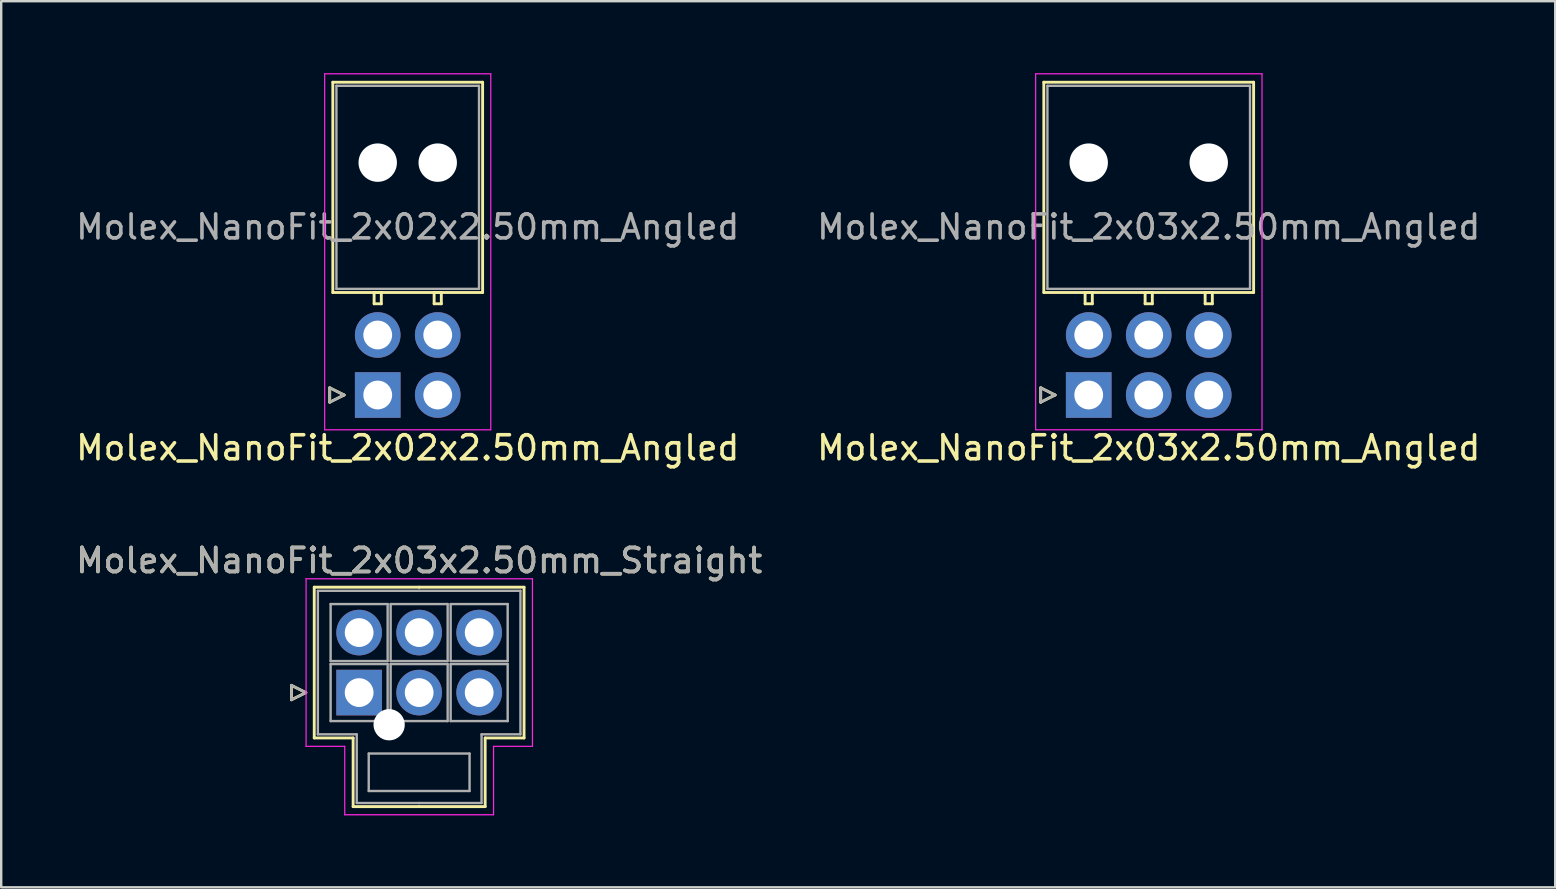
<source format=kicad_pcb>
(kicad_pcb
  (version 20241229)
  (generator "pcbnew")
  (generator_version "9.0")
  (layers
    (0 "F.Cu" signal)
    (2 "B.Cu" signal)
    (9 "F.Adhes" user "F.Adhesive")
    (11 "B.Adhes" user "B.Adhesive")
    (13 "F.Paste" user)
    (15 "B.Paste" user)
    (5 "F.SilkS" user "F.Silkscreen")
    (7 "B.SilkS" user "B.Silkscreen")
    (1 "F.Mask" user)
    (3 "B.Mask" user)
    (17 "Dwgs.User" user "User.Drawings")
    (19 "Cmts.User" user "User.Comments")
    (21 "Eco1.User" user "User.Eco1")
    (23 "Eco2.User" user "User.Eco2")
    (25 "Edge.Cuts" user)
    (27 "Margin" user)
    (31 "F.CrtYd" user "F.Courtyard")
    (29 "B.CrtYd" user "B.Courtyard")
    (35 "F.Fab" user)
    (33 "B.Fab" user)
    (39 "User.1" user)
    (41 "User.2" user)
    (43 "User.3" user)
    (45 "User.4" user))
  (footprint "Molex_NanoFit_2x02x2.50mm_Angled"
    (layer "F.Cu")
    (at 12.685 13.405)
    (property "Reference" "Molex_NanoFit_2x02x2.50mm_Angled" (at 1.25 2.2 0) (layer "F.SilkS") (effects (font (size 1 1) (thickness 0.15))))
    (attr through_hole)
    (fp_line (start -2 -0.3) (end -1.4 0) (stroke (width 0.12) (type solid)) (layer "F.SilkS"))
    (fp_line (start -2 0.3) (end -2 -0.3) (stroke (width 0.12) (type solid)) (layer "F.SilkS"))
    (fp_line (start -1.87 -13.03) (end -1.87 -4.27) (stroke (width 0.12) (type solid)) (layer "F.SilkS"))
    (fp_line (start -1.87 -4.27) (end 4.37 -4.27) (stroke (width 0.12) (type solid)) (layer "F.SilkS"))
    (fp_line (start -1.4 0) (end -2 0.3) (stroke (width 0.12) (type solid)) (layer "F.SilkS"))
    (fp_line (start -0.15 -4.27) (end -0.15 -3.8) (stroke (width 0.12) (type solid)) (layer "F.SilkS"))
    (fp_line (start -0.15 -3.8) (end 0.15 -3.8) (stroke (width 0.12) (type solid)) (layer "F.SilkS"))
    (fp_line (start 0.15 -4.27) (end -0.15 -4.27) (stroke (width 0.12) (type solid)) (layer "F.SilkS"))
    (fp_line (start 0.15 -3.8) (end 0.15 -4.27) (stroke (width 0.12) (type solid)) (layer "F.SilkS"))
    (fp_line (start 2.35 -4.27) (end 2.35 -3.8) (stroke (width 0.12) (type solid)) (layer "F.SilkS"))
    (fp_line (start 2.35 -3.8) (end 2.65 -3.8) (stroke (width 0.12) (type solid)) (layer "F.SilkS"))
    (fp_line (start 2.65 -4.27) (end 2.35 -4.27) (stroke (width 0.12) (type solid)) (layer "F.SilkS"))
    (fp_line (start 2.65 -3.8) (end 2.65 -4.27) (stroke (width 0.12) (type solid)) (layer "F.SilkS"))
    (fp_line (start 4.37 -13.03) (end -1.87 -13.03) (stroke (width 0.12) (type solid)) (layer "F.SilkS"))
    (fp_line (start 4.37 -4.27) (end 4.37 -13.03) (stroke (width 0.12) (type solid)) (layer "F.SilkS"))
    (fp_line (start -2.21 -13.38) (end -2.21 1.45) (stroke (width 0.05) (type solid)) (layer "F.CrtYd"))
    (fp_line (start -2.21 1.45) (end 4.71 1.45) (stroke (width 0.05) (type solid)) (layer "F.CrtYd"))
    (fp_line (start 4.71 -13.38) (end -2.21 -13.38) (stroke (width 0.05) (type solid)) (layer "F.CrtYd"))
    (fp_line (start 4.71 1.45) (end 4.71 -13.38) (stroke (width 0.05) (type solid)) (layer "F.CrtYd"))
    (fp_line (start -2 -0.3) (end -1.4 0) (stroke (width 0.1) (type solid)) (layer "F.Fab"))
    (fp_line (start -2 0.3) (end -2 -0.3) (stroke (width 0.1) (type solid)) (layer "F.Fab"))
    (fp_line (start -1.72 -12.88) (end -1.72 -4.42) (stroke (width 0.1) (type solid)) (layer "F.Fab"))
    (fp_line (start -1.72 -4.42) (end 4.22 -4.42) (stroke (width 0.1) (type solid)) (layer "F.Fab"))
    (fp_line (start -1.4 0) (end -2 0.3) (stroke (width 0.1) (type solid)) (layer "F.Fab"))
    (fp_line (start 4.22 -12.88) (end -1.72 -12.88) (stroke (width 0.1) (type solid)) (layer "F.Fab"))
    (fp_line (start 4.22 -4.42) (end 4.22 -12.88) (stroke (width 0.1) (type solid)) (layer "F.Fab"))
    (fp_text user "${REFERENCE}" (at 1.25 -7 0) (layer "F.Fab") (effects (font (size 1 1) (thickness 0.15))))
    (pad "" np_thru_hole circle (at 0 -9.68) (size 1.6 1.6) (drill 1.6) (layers "*.Cu" "*.Mask"))
    (pad "" np_thru_hole circle (at 2.5 -9.68) (size 1.6 1.6) (drill 1.6) (layers "*.Cu" "*.Mask"))
    (pad "1" thru_hole rect (at 0 0) (size 1.9 1.9) (drill 1.2) (layers "*.Cu" "*.Mask"))
    (pad "2" thru_hole circle (at 2.5 0) (size 1.9 1.9) (drill 1.2) (layers "*.Cu" "*.Mask"))
    (pad "3" thru_hole circle (at 0 -2.5) (size 1.9 1.9) (drill 1.2) (layers "*.Cu" "*.Mask"))
    (pad "4" thru_hole circle (at 2.5 -2.5) (size 1.9 1.9) (drill 1.2) (layers "*.Cu" "*.Mask")))
  (footprint "Molex_NanoFit_2x03x2.50mm_Angled"
    (layer "F.Cu")
    (at 42.304 13.405)
    (property "Reference" "Molex_NanoFit_2x03x2.50mm_Angled" (at 2.5 2.2 0) (layer "F.SilkS") (effects (font (size 1 1) (thickness 0.15))))
    (attr through_hole)
    (fp_line (start -2 -0.3) (end -1.4 0) (stroke (width 0.12) (type solid)) (layer "F.SilkS"))
    (fp_line (start -2 0.3) (end -2 -0.3) (stroke (width 0.12) (type solid)) (layer "F.SilkS"))
    (fp_line (start -1.87 -13.03) (end -1.87 -4.27) (stroke (width 0.12) (type solid)) (layer "F.SilkS"))
    (fp_line (start -1.87 -4.27) (end 6.87 -4.27) (stroke (width 0.12) (type solid)) (layer "F.SilkS"))
    (fp_line (start -1.4 0) (end -2 0.3) (stroke (width 0.12) (type solid)) (layer "F.SilkS"))
    (fp_line (start -0.15 -4.27) (end -0.15 -3.8) (stroke (width 0.12) (type solid)) (layer "F.SilkS"))
    (fp_line (start -0.15 -3.8) (end 0.15 -3.8) (stroke (width 0.12) (type solid)) (layer "F.SilkS"))
    (fp_line (start 0.15 -4.27) (end -0.15 -4.27) (stroke (width 0.12) (type solid)) (layer "F.SilkS"))
    (fp_line (start 0.15 -3.8) (end 0.15 -4.27) (stroke (width 0.12) (type solid)) (layer "F.SilkS"))
    (fp_line (start 2.35 -4.27) (end 2.35 -3.8) (stroke (width 0.12) (type solid)) (layer "F.SilkS"))
    (fp_line (start 2.35 -3.8) (end 2.65 -3.8) (stroke (width 0.12) (type solid)) (layer "F.SilkS"))
    (fp_line (start 2.65 -4.27) (end 2.35 -4.27) (stroke (width 0.12) (type solid)) (layer "F.SilkS"))
    (fp_line (start 2.65 -3.8) (end 2.65 -4.27) (stroke (width 0.12) (type solid)) (layer "F.SilkS"))
    (fp_line (start 4.85 -4.27) (end 4.85 -3.8) (stroke (width 0.12) (type solid)) (layer "F.SilkS"))
    (fp_line (start 4.85 -3.8) (end 5.15 -3.8) (stroke (width 0.12) (type solid)) (layer "F.SilkS"))
    (fp_line (start 5.15 -4.27) (end 4.85 -4.27) (stroke (width 0.12) (type solid)) (layer "F.SilkS"))
    (fp_line (start 5.15 -3.8) (end 5.15 -4.27) (stroke (width 0.12) (type solid)) (layer "F.SilkS"))
    (fp_line (start 6.87 -13.03) (end -1.87 -13.03) (stroke (width 0.12) (type solid)) (layer "F.SilkS"))
    (fp_line (start 6.87 -4.27) (end 6.87 -13.03) (stroke (width 0.12) (type solid)) (layer "F.SilkS"))
    (fp_line (start -2.21 -13.38) (end -2.21 1.45) (stroke (width 0.05) (type solid)) (layer "F.CrtYd"))
    (fp_line (start -2.21 1.45) (end 7.22 1.45) (stroke (width 0.05) (type solid)) (layer "F.CrtYd"))
    (fp_line (start 7.22 -13.38) (end -2.21 -13.38) (stroke (width 0.05) (type solid)) (layer "F.CrtYd"))
    (fp_line (start 7.22 1.45) (end 7.22 -13.38) (stroke (width 0.05) (type solid)) (layer "F.CrtYd"))
    (fp_line (start -2 -0.3) (end -1.4 0) (stroke (width 0.1) (type solid)) (layer "F.Fab"))
    (fp_line (start -2 0.3) (end -2 -0.3) (stroke (width 0.1) (type solid)) (layer "F.Fab"))
    (fp_line (start -1.72 -12.88) (end -1.72 -4.42) (stroke (width 0.1) (type solid)) (layer "F.Fab"))
    (fp_line (start -1.72 -4.42) (end 6.72 -4.42) (stroke (width 0.1) (type solid)) (layer "F.Fab"))
    (fp_line (start -1.4 0) (end -2 0.3) (stroke (width 0.1) (type solid)) (layer "F.Fab"))
    (fp_line (start 6.72 -12.88) (end -1.72 -12.88) (stroke (width 0.1) (type solid)) (layer "F.Fab"))
    (fp_line (start 6.72 -4.42) (end 6.72 -12.88) (stroke (width 0.1) (type solid)) (layer "F.Fab"))
    (fp_text user "${REFERENCE}" (at 2.5 -7 0) (layer "F.Fab") (effects (font (size 1 1) (thickness 0.15))))
    (pad "" np_thru_hole circle (at 0 -9.68) (size 1.6 1.6) (drill 1.6) (layers "*.Cu" "*.Mask"))
    (pad "" np_thru_hole circle (at 5 -9.68) (size 1.6 1.6) (drill 1.6) (layers "*.Cu" "*.Mask"))
    (pad "1" thru_hole rect (at 0 0) (size 1.9 1.9) (drill 1.2) (layers "*.Cu" "*.Mask"))
    (pad "2" thru_hole circle (at 2.5 0) (size 1.9 1.9) (drill 1.2) (layers "*.Cu" "*.Mask"))
    (pad "3" thru_hole circle (at 5 0) (size 1.9 1.9) (drill 1.2) (layers "*.Cu" "*.Mask"))
    (pad "4" thru_hole circle (at 0 -2.5) (size 1.9 1.9) (drill 1.2) (layers "*.Cu" "*.Mask"))
    (pad "5" thru_hole circle (at 2.5 -2.5) (size 1.9 1.9) (drill 1.2) (layers "*.Cu" "*.Mask"))
    (pad "6" thru_hole circle (at 5 -2.5) (size 1.9 1.9) (drill 1.2) (layers "*.Cu" "*.Mask")))
  (footprint "Molex_NanoFit_2x03x2.50mm_Straight"
    (layer "F.Cu")
    (at 11.911 25.802)
    (property "Reference" "Molex_NanoFit_2x03x2.50mm_Straight" (at 2.5 -5.5 0) (layer "F.SilkS") (effects (font (size 1 1) (thickness 0.15))))
    (attr through_hole)
    (fp_line (start -2.82 -0.3) (end -2.22 0) (stroke (width 0.12) (type solid)) (layer "F.SilkS"))
    (fp_line (start -2.82 0.3) (end -2.82 -0.3) (stroke (width 0.12) (type solid)) (layer "F.SilkS"))
    (fp_line (start -2.22 0) (end -2.82 0.3) (stroke (width 0.12) (type solid)) (layer "F.SilkS"))
    (fp_line (start -1.87 -4.39) (end -1.87 1.89) (stroke (width 0.12) (type solid)) (layer "F.SilkS"))
    (fp_line (start -1.87 1.89) (end -0.25 1.89) (stroke (width 0.12) (type solid)) (layer "F.SilkS"))
    (fp_line (start -0.25 1.89) (end -0.25 4.75) (stroke (width 0.12) (type solid)) (layer "F.SilkS"))
    (fp_line (start -0.25 4.75) (end 2.5 4.75) (stroke (width 0.12) (type solid)) (layer "F.SilkS"))
    (fp_line (start 2.5 -4.39) (end -1.87 -4.39) (stroke (width 0.12) (type solid)) (layer "F.SilkS"))
    (fp_line (start 2.5 -4.39) (end 6.87 -4.39) (stroke (width 0.12) (type solid)) (layer "F.SilkS"))
    (fp_line (start 5.25 1.89) (end 5.25 4.75) (stroke (width 0.12) (type solid)) (layer "F.SilkS"))
    (fp_line (start 5.25 4.75) (end 2.5 4.75) (stroke (width 0.12) (type solid)) (layer "F.SilkS"))
    (fp_line (start 6.87 -4.39) (end 6.87 1.89) (stroke (width 0.12) (type solid)) (layer "F.SilkS"))
    (fp_line (start 6.87 1.89) (end 5.25 1.89) (stroke (width 0.12) (type solid)) (layer "F.SilkS"))
    (fp_line (start -2.21 -4.74) (end -2.21 2.24) (stroke (width 0.05) (type solid)) (layer "F.CrtYd"))
    (fp_line (start -2.21 2.24) (end -0.6 2.24) (stroke (width 0.05) (type solid)) (layer "F.CrtYd"))
    (fp_line (start -0.6 2.24) (end -0.6 5.09) (stroke (width 0.05) (type solid)) (layer "F.CrtYd"))
    (fp_line (start -0.6 5.09) (end 5.6 5.09) (stroke (width 0.05) (type solid)) (layer "F.CrtYd"))
    (fp_line (start 5.6 2.24) (end 7.22 2.24) (stroke (width 0.05) (type solid)) (layer "F.CrtYd"))
    (fp_line (start 5.6 5.09) (end 5.6 2.24) (stroke (width 0.05) (type solid)) (layer "F.CrtYd"))
    (fp_line (start 7.22 -4.74) (end -2.21 -4.74) (stroke (width 0.05) (type solid)) (layer "F.CrtYd"))
    (fp_line (start 7.22 2.24) (end 7.22 -4.74) (stroke (width 0.05) (type solid)) (layer "F.CrtYd"))
    (fp_line (start -2.82 -0.3) (end -2.22 0) (stroke (width 0.1) (type solid)) (layer "F.Fab"))
    (fp_line (start -2.82 0.3) (end -2.82 -0.3) (stroke (width 0.1) (type solid)) (layer "F.Fab"))
    (fp_line (start -2.22 0) (end -2.82 0.3) (stroke (width 0.1) (type solid)) (layer "F.Fab"))
    (fp_line (start -1.72 -4.24) (end -1.72 1.74) (stroke (width 0.1) (type solid)) (layer "F.Fab"))
    (fp_line (start -1.72 1.74) (end -0.1 1.74) (stroke (width 0.1) (type solid)) (layer "F.Fab"))
    (fp_line (start -1.188 -3.688) (end -1.188 -1.312) (stroke (width 0.1) (type solid)) (layer "F.Fab"))
    (fp_line (start -1.188 -1.312) (end 1.188 -1.312) (stroke (width 0.1) (type solid)) (layer "F.Fab"))
    (fp_line (start -1.188 -1.188) (end -1.188 1.188) (stroke (width 0.1) (type solid)) (layer "F.Fab"))
    (fp_line (start -1.188 1.188) (end 1.188 1.188) (stroke (width 0.1) (type solid)) (layer "F.Fab"))
    (fp_line (start -0.1 1.74) (end -0.1 4.6) (stroke (width 0.1) (type solid)) (layer "F.Fab"))
    (fp_line (start -0.1 4.6) (end 2.5 4.6) (stroke (width 0.1) (type solid)) (layer "F.Fab"))
    (fp_line (start 0.4 2.54) (end 0.4 4.1) (stroke (width 0.1) (type solid)) (layer "F.Fab"))
    (fp_line (start 0.4 4.1) (end 4.6 4.1) (stroke (width 0.1) (type solid)) (layer "F.Fab"))
    (fp_line (start 1.188 -3.688) (end -1.188 -3.688) (stroke (width 0.1) (type solid)) (layer "F.Fab"))
    (fp_line (start 1.188 -1.312) (end 1.188 -3.688) (stroke (width 0.1) (type solid)) (layer "F.Fab"))
    (fp_line (start 1.188 -1.188) (end -1.188 -1.188) (stroke (width 0.1) (type solid)) (layer "F.Fab"))
    (fp_line (start 1.188 1.188) (end 1.188 -1.188) (stroke (width 0.1) (type solid)) (layer "F.Fab"))
    (fp_line (start 1.312 -3.688) (end 1.312 -1.312) (stroke (width 0.1) (type solid)) (layer "F.Fab"))
    (fp_line (start 1.312 -1.312) (end 3.688 -1.312) (stroke (width 0.1) (type solid)) (layer "F.Fab"))
    (fp_line (start 1.312 -1.188) (end 1.312 1.188) (stroke (width 0.1) (type solid)) (layer "F.Fab"))
    (fp_line (start 1.312 1.188) (end 3.688 1.188) (stroke (width 0.1) (type solid)) (layer "F.Fab"))
    (fp_line (start 2.5 -4.24) (end -1.72 -4.24) (stroke (width 0.1) (type solid)) (layer "F.Fab"))
    (fp_line (start 2.5 -4.24) (end 6.72 -4.24) (stroke (width 0.1) (type solid)) (layer "F.Fab"))
    (fp_line (start 3.688 -3.688) (end 1.312 -3.688) (stroke (width 0.1) (type solid)) (layer "F.Fab"))
    (fp_line (start 3.688 -1.312) (end 3.688 -3.688) (stroke (width 0.1) (type solid)) (layer "F.Fab"))
    (fp_line (start 3.688 -1.188) (end 1.312 -1.188) (stroke (width 0.1) (type solid)) (layer "F.Fab"))
    (fp_line (start 3.688 1.188) (end 3.688 -1.188) (stroke (width 0.1) (type solid)) (layer "F.Fab"))
    (fp_line (start 3.812 -3.688) (end 3.812 -1.312) (stroke (width 0.1) (type solid)) (layer "F.Fab"))
    (fp_line (start 3.812 -1.312) (end 6.188 -1.312) (stroke (width 0.1) (type solid)) (layer "F.Fab"))
    (fp_line (start 3.812 -1.188) (end 3.812 1.188) (stroke (width 0.1) (type solid)) (layer "F.Fab"))
    (fp_line (start 3.812 1.188) (end 6.188 1.188) (stroke (width 0.1) (type solid)) (layer "F.Fab"))
    (fp_line (start 4.6 2.54) (end 0.4 2.54) (stroke (width 0.1) (type solid)) (layer "F.Fab"))
    (fp_line (start 4.6 4.1) (end 4.6 2.54) (stroke (width 0.1) (type solid)) (layer "F.Fab"))
    (fp_line (start 5.1 1.74) (end 5.1 4.6) (stroke (width 0.1) (type solid)) (layer "F.Fab"))
    (fp_line (start 5.1 4.6) (end 2.5 4.6) (stroke (width 0.1) (type solid)) (layer "F.Fab"))
    (fp_line (start 6.188 -3.688) (end 3.812 -3.688) (stroke (width 0.1) (type solid)) (layer "F.Fab"))
    (fp_line (start 6.188 -1.312) (end 6.188 -3.688) (stroke (width 0.1) (type solid)) (layer "F.Fab"))
    (fp_line (start 6.188 -1.188) (end 3.812 -1.188) (stroke (width 0.1) (type solid)) (layer "F.Fab"))
    (fp_line (start 6.188 1.188) (end 6.188 -1.188) (stroke (width 0.1) (type solid)) (layer "F.Fab"))
    (fp_line (start 6.72 -4.24) (end 6.72 1.74) (stroke (width 0.1) (type solid)) (layer "F.Fab"))
    (fp_line (start 6.72 1.74) (end 5.1 1.74) (stroke (width 0.1) (type solid)) (layer "F.Fab"))
    (fp_text user "${REFERENCE}" (at 2.5 -5.5 0) (layer "F.Fab") (effects (font (size 1 1) (thickness 0.15))))
    (pad "" np_thru_hole circle (at 1.25 1.34) (size 1.3 1.3) (drill 1.3) (layers "*.Cu" "*.Mask"))
    (pad "1" thru_hole rect (at 0 0) (size 1.9 1.9) (drill 1.2) (layers "*.Cu" "*.Mask"))
    (pad "2" thru_hole circle (at 2.5 0) (size 1.9 1.9) (drill 1.2) (layers "*.Cu" "*.Mask"))
    (pad "3" thru_hole circle (at 5 0) (size 1.9 1.9) (drill 1.2) (layers "*.Cu" "*.Mask"))
    (pad "4" thru_hole circle (at 0 -2.5) (size 1.9 1.9) (drill 1.2) (layers "*.Cu" "*.Mask"))
    (pad "5" thru_hole circle (at 2.5 -2.5) (size 1.9 1.9) (drill 1.2) (layers "*.Cu" "*.Mask"))
    (pad "6" thru_hole circle (at 5 -2.5) (size 1.9 1.9) (drill 1.2) (layers "*.Cu" "*.Mask")))
  (gr_rect
    (start -3 -3)
    (end 61.738 33.916)
    (stroke (width 0.1) (type default))
    (fill no)
    (layer "Edge.Cuts")))
</source>
